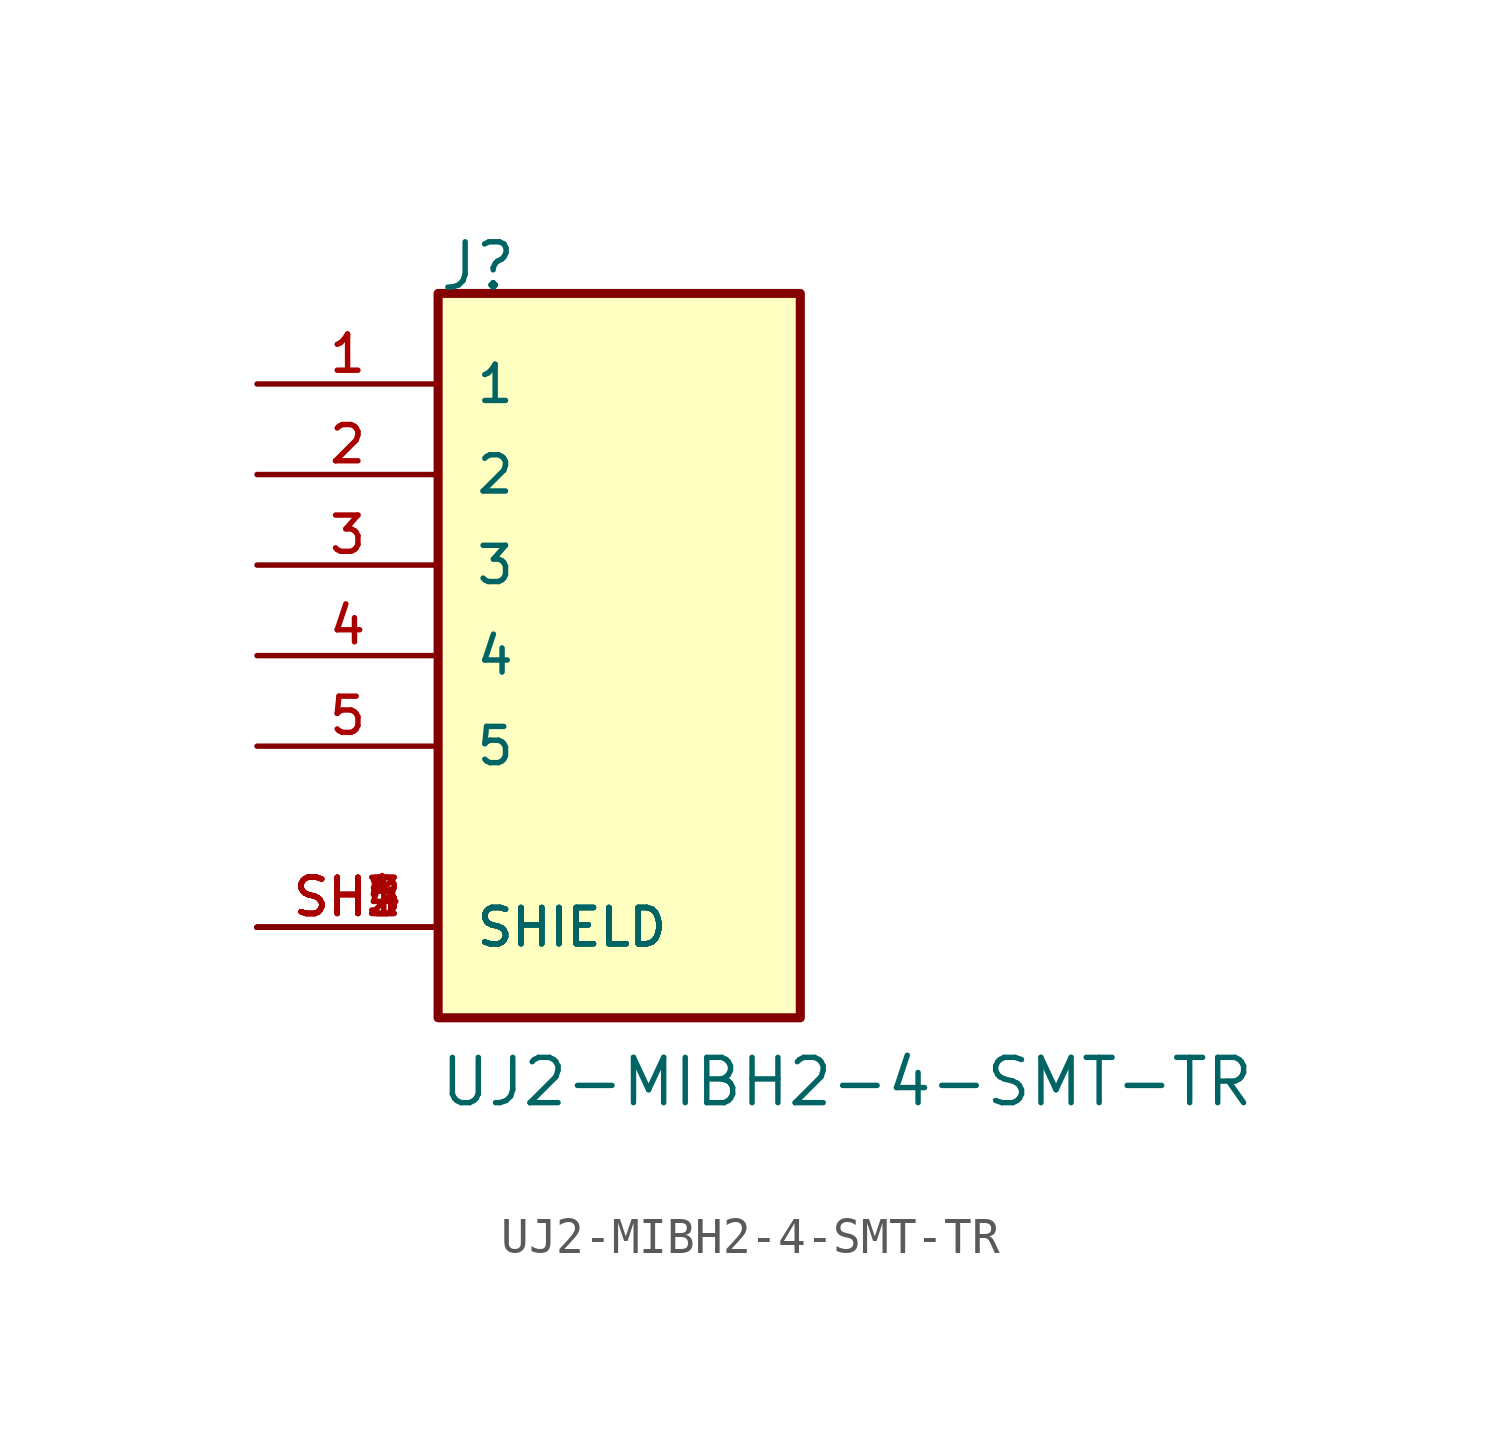
<source format=kicad_sym>
(kicad_symbol_lib
  (version 20211014)
  (generator kicad_symbol_editor)
  (symbol "UJ2-MIBH2-4-SMT-TR"
    (pin_names
      (offset 1.016))
    (property "Reference" "J"
      (at -5.087 10.175 0)
      (effects (font (size 1.27 1.27)) (justify bottom left)))
    (property "Value" "UJ2-MIBH2-4-SMT-TR"
      (at -5.082 -12.704 0)
      (effects (font (size 1.27 1.27)) (justify bottom left)))
    (symbol "UJ2-MIBH2-4-SMT-TR_0_0"
      (rectangle (start -5.08 -10.16) (end 5.08 10.16) (stroke (width 0.254)) (fill (type background)))
      (pin passive line (at -10.16 7.62 0) (length 5.08) (name "1" (effects (font (size 1.016 1.016)))) (number "1" (effects (font (size 1.016 1.016)))))
      (pin passive line (at -10.16 5.08 0) (length 5.08) (name "2" (effects (font (size 1.016 1.016)))) (number "2" (effects (font (size 1.016 1.016)))))
      (pin passive line (at -10.16 2.54 0) (length 5.08) (name "3" (effects (font (size 1.016 1.016)))) (number "3" (effects (font (size 1.016 1.016)))))
      (pin passive line (at -10.16 0.0 0) (length 5.08) (name "4" (effects (font (size 1.016 1.016)))) (number "4" (effects (font (size 1.016 1.016)))))
      (pin passive line (at -10.16 -2.54 0) (length 5.08) (name "5" (effects (font (size 1.016 1.016)))) (number "5" (effects (font (size 1.016 1.016)))))
      (pin passive line (at -10.16 -7.62 0) (length 5.08) (name "SHIELD" (effects (font (size 1.016 1.016)))) (number "SH1" (effects (font (size 1.016 1.016)))))
      (pin passive line (at -10.16 -7.62 0) (length 5.08) (name "SHIELD" (effects (font (size 1.016 1.016)))) (number "SH2" (effects (font (size 1.016 1.016)))))
      (pin passive line (at -10.16 -7.62 0) (length 5.08) (name "SHIELD" (effects (font (size 1.016 1.016)))) (number "SH3" (effects (font (size 1.016 1.016)))))
      (pin passive line (at -10.16 -7.62 0) (length 5.08) (name "SHIELD" (effects (font (size 1.016 1.016)))) (number "SH4" (effects (font (size 1.016 1.016)))))
      (pin passive line (at -10.16 -7.62 0) (length 5.08) (name "SHIELD" (effects (font (size 1.016 1.016)))) (number "SH5" (effects (font (size 1.016 1.016))))))))
</source>
